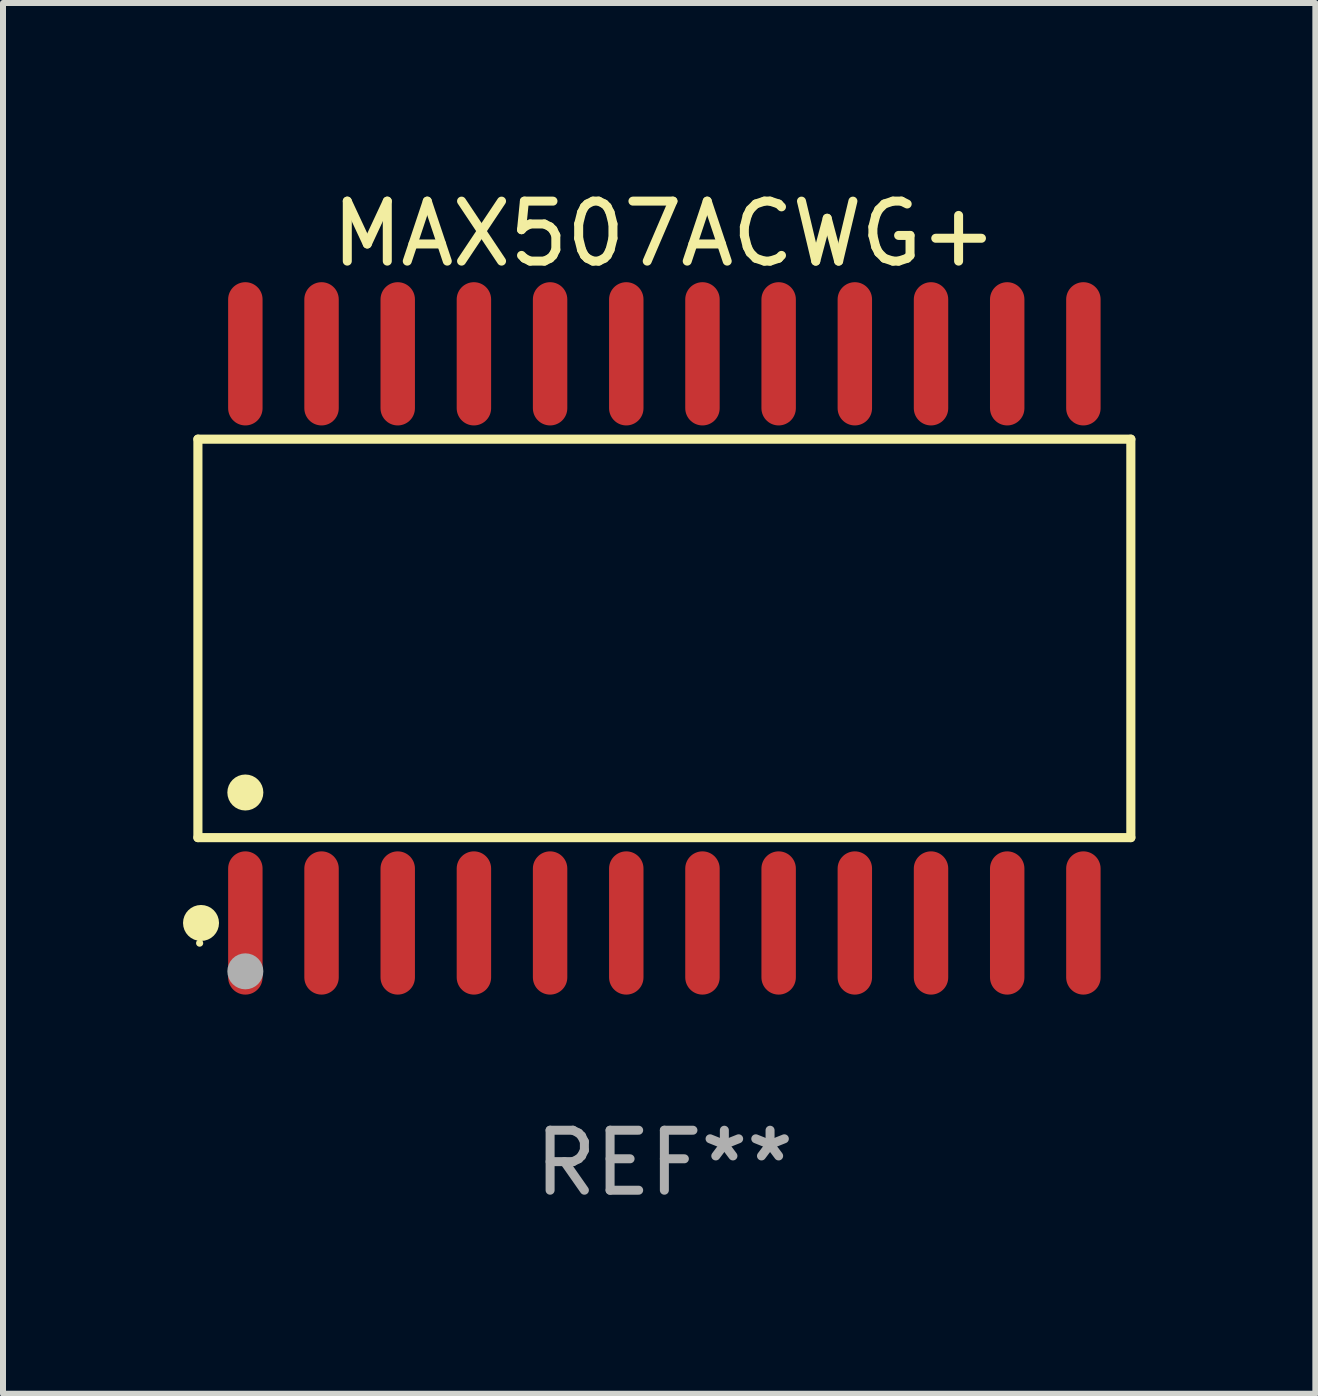
<source format=kicad_pcb>
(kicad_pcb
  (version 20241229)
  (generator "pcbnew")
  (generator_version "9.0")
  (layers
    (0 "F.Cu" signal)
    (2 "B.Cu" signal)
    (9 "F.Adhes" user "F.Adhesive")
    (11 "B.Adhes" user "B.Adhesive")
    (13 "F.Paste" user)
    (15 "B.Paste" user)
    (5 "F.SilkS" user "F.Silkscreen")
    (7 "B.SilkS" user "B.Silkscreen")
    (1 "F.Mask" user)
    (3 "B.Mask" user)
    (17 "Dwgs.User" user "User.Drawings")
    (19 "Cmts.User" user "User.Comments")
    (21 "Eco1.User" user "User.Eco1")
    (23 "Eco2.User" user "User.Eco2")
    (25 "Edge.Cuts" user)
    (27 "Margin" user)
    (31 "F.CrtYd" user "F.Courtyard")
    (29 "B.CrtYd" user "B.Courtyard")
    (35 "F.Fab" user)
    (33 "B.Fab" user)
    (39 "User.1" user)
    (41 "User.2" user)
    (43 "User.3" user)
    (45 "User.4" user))
  (footprint "MAX507ACWG+"
    (layer "F.Cu")
    (at 8.025 7.592)
    (property "Reference" "MAX507ACWG+" (at 0 -6.744 0) (layer "F.SilkS") (effects (font (size 1 1) (thickness 0.15))))
    (attr through_hole)
    (fp_line (start -7.776 -3.321) (end 7.776 -3.321) (stroke (width 0.152) (type solid)) (layer "F.SilkS"))
    (fp_line (start -7.776 3.321) (end -7.776 -3.321) (stroke (width 0.152) (type solid)) (layer "F.SilkS"))
    (fp_line (start 7.776 -3.321) (end 7.776 3.321) (stroke (width 0.152) (type solid)) (layer "F.SilkS"))
    (fp_line (start 7.776 3.321) (end -7.776 3.321) (stroke (width 0.152) (type solid)) (layer "F.SilkS"))
    (fp_circle (center -7.747 5.08) (end -7.717 5.08) (stroke (width 0.06) (type solid)) (fill no) (layer "F.SilkS"))
    (fp_circle (center -7.724 4.744) (end -7.574 4.744) (stroke (width 0.3) (type solid)) (fill no) (layer "F.SilkS"))
    (fp_circle (center -6.985 2.569) (end -6.835 2.569) (stroke (width 0.3) (type solid)) (fill no) (layer "F.SilkS"))
    (fp_circle (center -6.985 5.55) (end -6.835 5.55) (stroke (width 0.3) (type solid)) (fill no) (layer "F.Fab"))
    (fp_text user "REF**" (at 0 8.744 0) (layer "F.Fab") (effects (font (size 1 1) (thickness 0.15))))
    (pad "1" smd oval (at -6.985 4.744) (size 0.574 2.388) (layers "F.Cu" "F.Mask" "F.Paste"))
    (pad "2" smd oval (at -5.715 4.744) (size 0.574 2.388) (layers "F.Cu" "F.Mask" "F.Paste"))
    (pad "3" smd oval (at -4.445 4.744) (size 0.574 2.388) (layers "F.Cu" "F.Mask" "F.Paste"))
    (pad "4" smd oval (at -3.175 4.744) (size 0.574 2.388) (layers "F.Cu" "F.Mask" "F.Paste"))
    (pad "5" smd oval (at -1.905 4.744) (size 0.574 2.388) (layers "F.Cu" "F.Mask" "F.Paste"))
    (pad "6" smd oval (at -0.635 4.744) (size 0.574 2.388) (layers "F.Cu" "F.Mask" "F.Paste"))
    (pad "7" smd oval (at 0.635 4.744) (size 0.574 2.388) (layers "F.Cu" "F.Mask" "F.Paste"))
    (pad "8" smd oval (at 1.905 4.744) (size 0.574 2.388) (layers "F.Cu" "F.Mask" "F.Paste"))
    (pad "9" smd oval (at 3.175 4.744) (size 0.574 2.388) (layers "F.Cu" "F.Mask" "F.Paste"))
    (pad "10" smd oval (at 4.445 4.744) (size 0.574 2.388) (layers "F.Cu" "F.Mask" "F.Paste"))
    (pad "11" smd oval (at 5.715 4.744) (size 0.574 2.388) (layers "F.Cu" "F.Mask" "F.Paste"))
    (pad "12" smd oval (at 6.985 4.744) (size 0.574 2.388) (layers "F.Cu" "F.Mask" "F.Paste"))
    (pad "13" smd oval (at 6.985 -4.744) (size 0.574 2.388) (layers "F.Cu" "F.Mask" "F.Paste"))
    (pad "14" smd oval (at 5.715 -4.744) (size 0.574 2.388) (layers "F.Cu" "F.Mask" "F.Paste"))
    (pad "15" smd oval (at 4.445 -4.744) (size 0.574 2.388) (layers "F.Cu" "F.Mask" "F.Paste"))
    (pad "16" smd oval (at 3.175 -4.744) (size 0.574 2.388) (layers "F.Cu" "F.Mask" "F.Paste"))
    (pad "17" smd oval (at 1.905 -4.744) (size 0.574 2.388) (layers "F.Cu" "F.Mask" "F.Paste"))
    (pad "18" smd oval (at 0.635 -4.744) (size 0.574 2.388) (layers "F.Cu" "F.Mask" "F.Paste"))
    (pad "19" smd oval (at -0.635 -4.744) (size 0.574 2.388) (layers "F.Cu" "F.Mask" "F.Paste"))
    (pad "20" smd oval (at -1.905 -4.744) (size 0.574 2.388) (layers "F.Cu" "F.Mask" "F.Paste"))
    (pad "21" smd oval (at -3.175 -4.744) (size 0.574 2.388) (layers "F.Cu" "F.Mask" "F.Paste"))
    (pad "22" smd oval (at -4.445 -4.744) (size 0.574 2.388) (layers "F.Cu" "F.Mask" "F.Paste"))
    (pad "23" smd oval (at -5.715 -4.744) (size 0.574 2.388) (layers "F.Cu" "F.Mask" "F.Paste"))
    (pad "24" smd oval (at -6.985 -4.744) (size 0.574 2.388) (layers "F.Cu" "F.Mask" "F.Paste")))
  (gr_rect
    (start -3 -3)
    (end 18.877 20.184)
    (stroke (width 0.1) (type default))
    (fill no)
    (layer "Edge.Cuts")))
</source>
